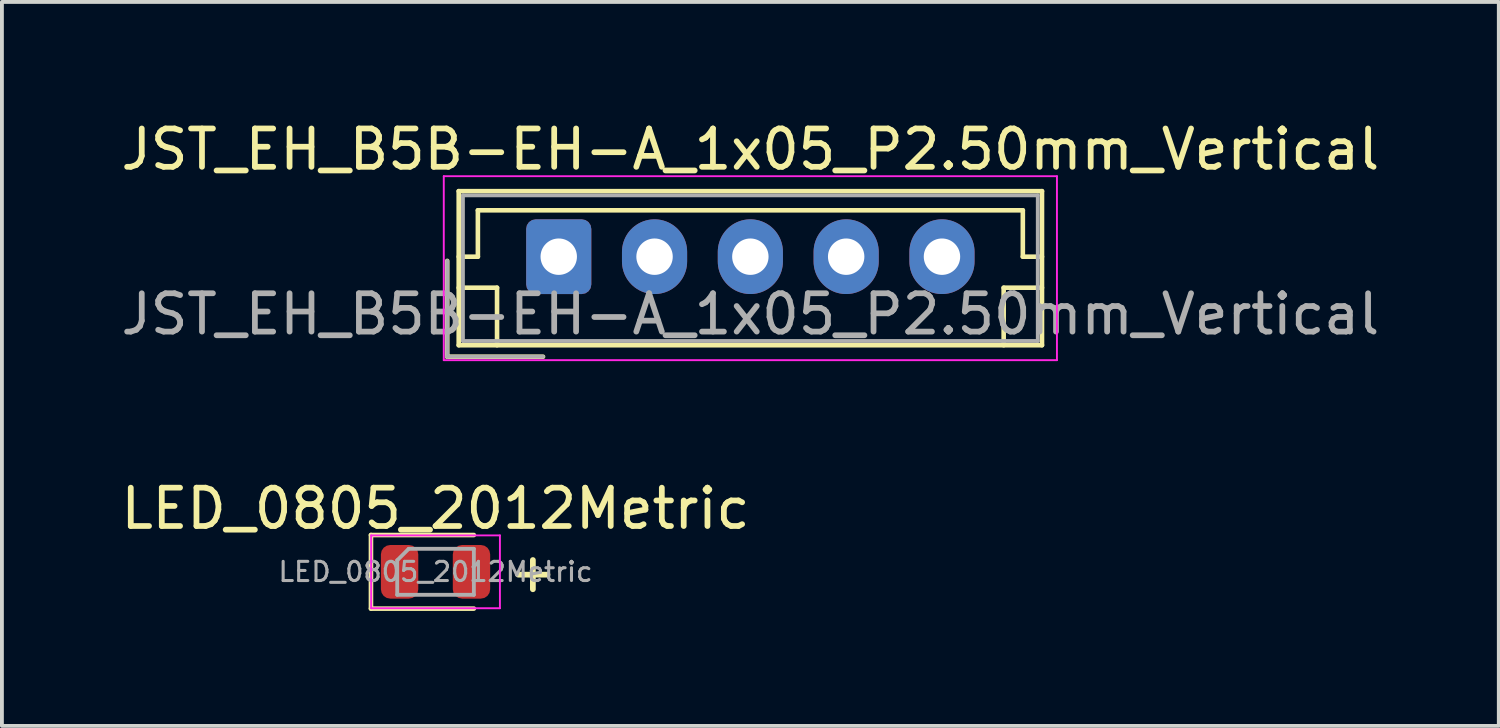
<source format=kicad_pcb>
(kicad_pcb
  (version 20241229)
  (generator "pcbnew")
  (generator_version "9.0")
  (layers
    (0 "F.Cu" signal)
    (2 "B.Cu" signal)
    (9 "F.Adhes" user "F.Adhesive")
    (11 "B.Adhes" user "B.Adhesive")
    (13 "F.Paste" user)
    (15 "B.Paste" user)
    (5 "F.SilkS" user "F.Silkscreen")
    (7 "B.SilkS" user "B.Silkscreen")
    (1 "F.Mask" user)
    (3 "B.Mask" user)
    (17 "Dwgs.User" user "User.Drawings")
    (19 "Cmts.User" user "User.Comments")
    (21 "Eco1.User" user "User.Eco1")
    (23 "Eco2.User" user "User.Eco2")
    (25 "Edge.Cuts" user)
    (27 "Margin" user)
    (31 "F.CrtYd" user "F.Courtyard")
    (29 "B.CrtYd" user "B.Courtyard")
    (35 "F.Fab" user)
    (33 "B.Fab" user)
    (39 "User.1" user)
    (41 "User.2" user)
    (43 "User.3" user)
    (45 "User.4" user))
  (footprint "LED_0805_2012Metric"
    (layer "F.Cu")
    (at 8.315 11.871)
    (property "Reference" "LED_0805_2012Metric" (at 0 -1.65 0) (layer "F.SilkS") (effects (font (size 1 1) (thickness 0.15))))
    (attr smd)
    (fp_line (start -1.685 -0.96) (end -1.685 0.96) (stroke (width 0.12) (type solid)) (layer "F.SilkS"))
    (fp_line (start -1.685 0.96) (end 1 0.96) (stroke (width 0.12) (type solid)) (layer "F.SilkS"))
    (fp_line (start 1 -0.96) (end -1.685 -0.96) (stroke (width 0.12) (type solid)) (layer "F.SilkS"))
    (fp_line (start -1.68 -0.95) (end 1.68 -0.95) (stroke (width 0.05) (type solid)) (layer "F.CrtYd"))
    (fp_line (start -1.68 0.95) (end -1.68 -0.95) (stroke (width 0.05) (type solid)) (layer "F.CrtYd"))
    (fp_line (start 1.68 -0.95) (end 1.68 0.95) (stroke (width 0.05) (type solid)) (layer "F.CrtYd"))
    (fp_line (start 1.68 0.95) (end -1.68 0.95) (stroke (width 0.05) (type solid)) (layer "F.CrtYd"))
    (fp_line (start -1 -0.3) (end -1 0.6) (stroke (width 0.1) (type solid)) (layer "F.Fab"))
    (fp_line (start -1 0.6) (end 1 0.6) (stroke (width 0.1) (type solid)) (layer "F.Fab"))
    (fp_line (start -0.7 -0.6) (end -1 -0.3) (stroke (width 0.1) (type solid)) (layer "F.Fab"))
    (fp_line (start 1 -0.6) (end -0.7 -0.6) (stroke (width 0.1) (type solid)) (layer "F.Fab"))
    (fp_line (start 1 0.6) (end 1 -0.6) (stroke (width 0.1) (type solid)) (layer "F.Fab"))
    (fp_text user "+" (at 2.54 0 0) (unlocked yes) (layer "F.SilkS") (effects (font (size 1 1) (thickness 0.15))))
    (fp_text user "${REFERENCE}" (at 0 0 0) (layer "F.Fab") (effects (font (size 0.5 0.5) (thickness 0.08))))
    (pad "1" smd roundrect (at -0.938 0) (size 0.975 1.4) (layers "F.Cu" "F.Mask" "F.Paste") (roundrect_rratio 0.25))
    (pad "2" smd roundrect (at 0.938 0) (size 0.975 1.4) (layers "F.Cu" "F.Mask" "F.Paste") (roundrect_rratio 0.25)))
  (footprint "JST_EH_B5B-EH-A_1x05_P2.50mm_Vertical"
    (layer "F.Cu")
    (at 11.53 3.648)
    (property "Reference" "JST_EH_B5B-EH-A_1x05_P2.50mm_Vertical" (at 5 -2.8 0) (layer "F.SilkS") (effects (font (size 1 1) (thickness 0.15))))
    (attr through_hole)
    (fp_line (start -2.91 0.11) (end -2.91 2.61) (stroke (width 0.12) (type solid)) (layer "F.SilkS"))
    (fp_line (start -2.91 2.61) (end -0.41 2.61) (stroke (width 0.12) (type solid)) (layer "F.SilkS"))
    (fp_line (start -2.61 -1.71) (end -2.61 2.31) (stroke (width 0.12) (type solid)) (layer "F.SilkS"))
    (fp_line (start -2.61 0) (end -2.11 0) (stroke (width 0.12) (type solid)) (layer "F.SilkS"))
    (fp_line (start -2.61 0.81) (end -1.61 0.81) (stroke (width 0.12) (type solid)) (layer "F.SilkS"))
    (fp_line (start -2.61 2.31) (end 12.61 2.31) (stroke (width 0.12) (type solid)) (layer "F.SilkS"))
    (fp_line (start -2.11 -1.21) (end 12.11 -1.21) (stroke (width 0.12) (type solid)) (layer "F.SilkS"))
    (fp_line (start -2.11 0) (end -2.11 -1.21) (stroke (width 0.12) (type solid)) (layer "F.SilkS"))
    (fp_line (start -1.61 0.81) (end -1.61 2.31) (stroke (width 0.12) (type solid)) (layer "F.SilkS"))
    (fp_line (start 11.61 0.81) (end 11.61 2.31) (stroke (width 0.12) (type solid)) (layer "F.SilkS"))
    (fp_line (start 12.11 -1.21) (end 12.11 0) (stroke (width 0.12) (type solid)) (layer "F.SilkS"))
    (fp_line (start 12.11 0) (end 12.61 0) (stroke (width 0.12) (type solid)) (layer "F.SilkS"))
    (fp_line (start 12.61 -1.71) (end -2.61 -1.71) (stroke (width 0.12) (type solid)) (layer "F.SilkS"))
    (fp_line (start 12.61 0.81) (end 11.61 0.81) (stroke (width 0.12) (type solid)) (layer "F.SilkS"))
    (fp_line (start 12.61 2.31) (end 12.61 -1.71) (stroke (width 0.12) (type solid)) (layer "F.SilkS"))
    (fp_line (start -3 -2.1) (end -3 2.7) (stroke (width 0.05) (type solid)) (layer "F.CrtYd"))
    (fp_line (start -3 2.7) (end 13 2.7) (stroke (width 0.05) (type solid)) (layer "F.CrtYd"))
    (fp_line (start 13 -2.1) (end -3 -2.1) (stroke (width 0.05) (type solid)) (layer "F.CrtYd"))
    (fp_line (start 13 2.7) (end 13 -2.1) (stroke (width 0.05) (type solid)) (layer "F.CrtYd"))
    (fp_line (start -2.91 0.11) (end -2.91 2.61) (stroke (width 0.1) (type solid)) (layer "F.Fab"))
    (fp_line (start -2.91 2.61) (end -0.41 2.61) (stroke (width 0.1) (type solid)) (layer "F.Fab"))
    (fp_line (start -2.5 -1.6) (end -2.5 2.2) (stroke (width 0.1) (type solid)) (layer "F.Fab"))
    (fp_line (start -2.5 2.2) (end 12.5 2.2) (stroke (width 0.1) (type solid)) (layer "F.Fab"))
    (fp_line (start 12.5 -1.6) (end -2.5 -1.6) (stroke (width 0.1) (type solid)) (layer "F.Fab"))
    (fp_line (start 12.5 2.2) (end 12.5 -1.6) (stroke (width 0.1) (type solid)) (layer "F.Fab"))
    (fp_text user "${REFERENCE}" (at 5 1.5 0) (layer "F.Fab") (effects (font (size 1 1) (thickness 0.15))))
    (pad "1" thru_hole roundrect (at 0 0) (size 1.7 1.95) (drill 0.95) (layers "*.Cu" "*.Mask") (roundrect_rratio 0.147))
    (pad "2" thru_hole oval (at 2.5 0) (size 1.7 1.95) (drill 0.95) (layers "*.Cu" "*.Mask"))
    (pad "3" thru_hole oval (at 5 0) (size 1.7 1.95) (drill 0.95) (layers "*.Cu" "*.Mask"))
    (pad "4" thru_hole oval (at 7.5 0) (size 1.7 1.95) (drill 0.95) (layers "*.Cu" "*.Mask"))
    (pad "5" thru_hole oval (at 10 0) (size 1.7 1.95) (drill 0.95) (layers "*.Cu" "*.Mask")))
  (gr_rect
    (start -3 -3)
    (end 36.06 15.892)
    (stroke (width 0.1) (type default))
    (fill no)
    (layer "Edge.Cuts")))
</source>
